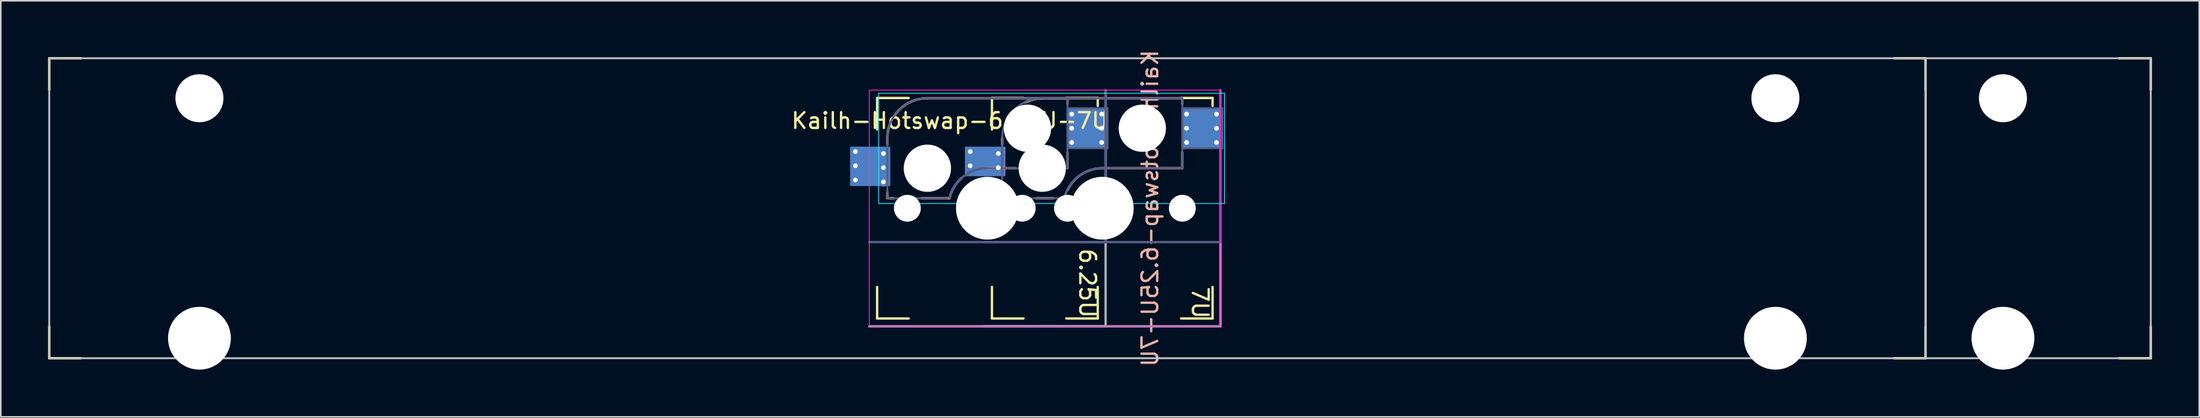
<source format=kicad_pcb>
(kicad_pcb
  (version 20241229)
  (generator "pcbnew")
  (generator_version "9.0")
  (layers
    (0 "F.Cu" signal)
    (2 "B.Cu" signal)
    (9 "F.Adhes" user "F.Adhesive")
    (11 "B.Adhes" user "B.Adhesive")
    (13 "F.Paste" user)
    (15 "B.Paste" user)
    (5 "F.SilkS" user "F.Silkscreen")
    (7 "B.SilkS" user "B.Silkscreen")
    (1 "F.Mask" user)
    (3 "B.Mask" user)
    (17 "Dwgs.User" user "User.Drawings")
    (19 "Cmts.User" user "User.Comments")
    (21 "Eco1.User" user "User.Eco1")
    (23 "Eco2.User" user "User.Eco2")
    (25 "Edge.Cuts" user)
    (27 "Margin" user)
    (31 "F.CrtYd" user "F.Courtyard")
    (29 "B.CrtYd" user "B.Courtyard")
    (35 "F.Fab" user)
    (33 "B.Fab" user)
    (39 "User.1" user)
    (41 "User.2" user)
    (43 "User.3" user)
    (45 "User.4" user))
  (footprint "Kailh-Hotswap-6.25U-7U"
    (layer "F.Cu")
    (at 59.606 10.173)
    (property "Reference" "Kailh-Hotswap-6.25U-7U" (at 10.319 0 90) (unlocked yes) (layer "B.SilkS") (effects (font (size 1 1) (thickness 0.15)) (justify mirror)))
    (attr through_hole)
    (fp_line (start -59.531 -9.525) (end -57.531 -9.525) (stroke (width 0.15) (type solid)) (layer "F.SilkS"))
    (fp_line (start -59.531 -7.525) (end -59.531 -9.525) (stroke (width 0.15) (type solid)) (layer "F.SilkS"))
    (fp_line (start -59.531 9.525) (end -59.531 7.525) (stroke (width 0.15) (type solid)) (layer "F.SilkS"))
    (fp_line (start -57.531 9.525) (end -59.531 9.525) (stroke (width 0.15) (type solid)) (layer "F.SilkS"))
    (fp_line (start -7 -7) (end -5 -7) (stroke (width 0.15) (type solid)) (layer "F.SilkS"))
    (fp_line (start -7 -5) (end -7 -7) (stroke (width 0.15) (type solid)) (layer "F.SilkS"))
    (fp_line (start -7 7) (end -7 5) (stroke (width 0.15) (type solid)) (layer "F.SilkS"))
    (fp_line (start -5 7) (end -7 7) (stroke (width 0.15) (type solid)) (layer "F.SilkS"))
    (fp_line (start 0.287 -7) (end 2.288 -7) (stroke (width 0.15) (type solid)) (layer "F.SilkS"))
    (fp_line (start 0.287 -5) (end 0.287 -7) (stroke (width 0.15) (type solid)) (layer "F.SilkS"))
    (fp_line (start 0.287 7) (end 0.287 5) (stroke (width 0.15) (type solid)) (layer "F.SilkS"))
    (fp_line (start 2.288 7) (end 0.287 7) (stroke (width 0.15) (type solid)) (layer "F.SilkS"))
    (fp_line (start 5 -7) (end 7 -7) (stroke (width 0.15) (type solid)) (layer "F.SilkS"))
    (fp_line (start 5 7) (end 7 7) (stroke (width 0.15) (type solid)) (layer "F.SilkS"))
    (fp_line (start 7 -7) (end 7 -6.5) (stroke (width 0.15) (type solid)) (layer "F.SilkS"))
    (fp_line (start 7 7) (end 7 5) (stroke (width 0.15) (type solid)) (layer "F.SilkS"))
    (fp_line (start 12.287 -7) (end 14.287 -7) (stroke (width 0.15) (type solid)) (layer "F.SilkS"))
    (fp_line (start 12.287 7) (end 14.287 7) (stroke (width 0.15) (type solid)) (layer "F.SilkS"))
    (fp_line (start 14.287 -7) (end 14.287 -6.5) (stroke (width 0.15) (type solid)) (layer "F.SilkS"))
    (fp_line (start 14.287 7) (end 14.287 5) (stroke (width 0.15) (type solid)) (layer "F.SilkS"))
    (fp_line (start 57.531 -9.525) (end 59.531 -9.525) (stroke (width 0.15) (type solid)) (layer "F.SilkS"))
    (fp_line (start 59.531 -9.525) (end 59.531 -7.525) (stroke (width 0.15) (type solid)) (layer "F.SilkS"))
    (fp_line (start 59.531 7.525) (end 59.531 9.525) (stroke (width 0.15) (type solid)) (layer "F.SilkS"))
    (fp_line (start 59.531 9.525) (end 57.531 9.525) (stroke (width 0.15) (type solid)) (layer "F.SilkS"))
    (fp_line (start 71.819 -9.525) (end 73.819 -9.525) (stroke (width 0.15) (type solid)) (layer "F.SilkS"))
    (fp_line (start 73.819 -9.525) (end 73.819 -7.525) (stroke (width 0.15) (type solid)) (layer "F.SilkS"))
    (fp_line (start 73.819 7.525) (end 73.819 9.525) (stroke (width 0.15) (type solid)) (layer "F.SilkS"))
    (fp_line (start 73.819 9.525) (end 71.819 9.525) (stroke (width 0.15) (type solid)) (layer "F.SilkS"))
    (fp_line (start -6.35 -4.445) (end -6.35 -4.064) (stroke (width 0.15) (type solid)) (layer "B.SilkS"))
    (fp_line (start -6.35 -1.016) (end -6.35 -0.635) (stroke (width 0.15) (type solid)) (layer "B.SilkS"))
    (fp_line (start -6.35 -0.635) (end -5.969 -0.635) (stroke (width 0.15) (type solid)) (layer "B.SilkS"))
    (fp_line (start -4.191 -0.635) (end -2.4 -0.635) (stroke (width 0.15) (type solid)) (layer "B.SilkS"))
    (fp_line (start 0 -2.54) (end 1.778 -2.54) (stroke (width 0.15) (type solid)) (layer "B.SilkS"))
    (fp_line (start 0.938 -4.445) (end 0.938 -4.064) (stroke (width 0.15) (type solid)) (layer "B.SilkS"))
    (fp_line (start 0.938 -1.016) (end 0.938 -0.635) (stroke (width 0.15) (type solid)) (layer "B.SilkS"))
    (fp_line (start 0.938 -0.635) (end 1.319 -0.635) (stroke (width 0.15) (type solid)) (layer "B.SilkS"))
    (fp_line (start 3.096 -0.635) (end 4.191 -0.635) (stroke (width 0.15) (type solid)) (layer "B.SilkS"))
    (fp_line (start 5.08 -6.985) (end -3.81 -6.985) (stroke (width 0.15) (type solid)) (layer "B.SilkS"))
    (fp_line (start 5.08 -6.604) (end 5.08 -6.985) (stroke (width 0.15) (type solid)) (layer "B.SilkS"))
    (fp_line (start 5.08 -2.54) (end 5.08 -3.556) (stroke (width 0.15) (type solid)) (layer "B.SilkS"))
    (fp_line (start 7.287 -2.54) (end 12.367 -2.54) (stroke (width 0.15) (type solid)) (layer "B.SilkS"))
    (fp_line (start 12.367 -6.985) (end 3.478 -6.985) (stroke (width 0.15) (type solid)) (layer "B.SilkS"))
    (fp_line (start 12.367 -6.604) (end 12.367 -6.985) (stroke (width 0.15) (type solid)) (layer "B.SilkS"))
    (fp_line (start 12.367 -2.54) (end 12.367 -3.556) (stroke (width 0.15) (type solid)) (layer "B.SilkS"))
    (fp_arc (start -6.35 -4.445) (mid -5.606052 -6.241052) (end -3.81 -6.985) (stroke (width 0.15) (type solid)) (layer "B.SilkS"))
    (fp_arc (start -2.399998 -0.666137) (mid -2.118737 -1.341939) (end -1.651 -1.905) (stroke (width 0.15) (type solid)) (layer "B.SilkS"))
    (fp_arc (start 2.413 -6.731) (mid 2.930308 -6.920621) (end 3.4775 -6.985) (stroke (width 0.15) (type solid)) (layer "B.SilkS"))
    (fp_arc (start 2.413 -6.731) (mid 2.930308 -6.920621) (end 3.4775 -6.985) (stroke (width 0.15) (type solid)) (layer "B.SilkS"))
    (fp_arc (start 5.08 -1.143) (mid 5.98197 -2.161811) (end 7.289065 -2.54) (stroke (width 0.15) (type solid)) (layer "B.SilkS"))
    (fp_line (start -59.531 -9.525) (end 73.819 -9.525) (stroke (width 0.12) (type solid)) (layer "Dwgs.User"))
    (fp_line (start -59.531 9.525) (end -59.531 -9.525) (stroke (width 0.12) (type solid)) (layer "Dwgs.User"))
    (fp_line (start 59.531 -9.525) (end 59.531 9.525) (stroke (width 0.15) (type solid)) (layer "Dwgs.User"))
    (fp_line (start 73.819 -9.525) (end 73.819 9.525) (stroke (width 0.12) (type solid)) (layer "Dwgs.User"))
    (fp_line (start 73.819 9.525) (end -59.531 9.525) (stroke (width 0.12) (type solid)) (layer "Dwgs.User"))
    (fp_line (start -6.9 -7.3) (end 15.044 -7.3) (stroke (width 0.05) (type solid)) (layer "B.CrtYd"))
    (fp_line (start -6.9 -0.3) (end -6.9 -7.3) (stroke (width 0.05) (type solid)) (layer "B.CrtYd"))
    (fp_line (start 15.044 -7.3) (end 15.044 -0.3) (stroke (width 0.05) (type solid)) (layer "B.CrtYd"))
    (fp_line (start 15.044 -0.3) (end -6.9 -0.3) (stroke (width 0.05) (type solid)) (layer "B.CrtYd"))
    (fp_line (start -7.5 -7.5) (end 14.787 -7.5) (stroke (width 0.05) (type solid)) (layer "F.CrtYd"))
    (fp_line (start -7.5 7.5) (end -7.5 -7.5) (stroke (width 0.05) (type solid)) (layer "F.CrtYd"))
    (fp_line (start -7.5 7.5) (end 14.787 7.5) (stroke (width 0.05) (type solid)) (layer "F.CrtYd"))
    (fp_line (start 14.787 -7.5) (end 14.787 7.5) (stroke (width 0.05) (type solid)) (layer "F.CrtYd"))
    (fp_line (start -7.5 2.15) (end 7.5 2.15) (stroke (width 0.15) (type solid)) (layer "B.Fab"))
    (fp_line (start -6.35 -0.635) (end -6.35 -4.445) (stroke (width 0.12) (type solid)) (layer "B.Fab"))
    (fp_line (start -3.81 -6.985) (end 5.08 -6.985) (stroke (width 0.12) (type solid)) (layer "B.Fab"))
    (fp_line (start -2.54 -0.635) (end -6.35 -0.635) (stroke (width 0.12) (type solid)) (layer "B.Fab"))
    (fp_line (start -0.212 2.15) (end 14.787 2.15) (stroke (width 0.15) (type solid)) (layer "B.Fab"))
    (fp_line (start 0.938 -0.635) (end 0.938 -4.445) (stroke (width 0.12) (type solid)) (layer "B.Fab"))
    (fp_line (start 3.478 -6.985) (end 12.367 -6.985) (stroke (width 0.12) (type solid)) (layer "B.Fab"))
    (fp_line (start 4.747 -0.635) (end 0.938 -0.635) (stroke (width 0.12) (type solid)) (layer "B.Fab"))
    (fp_line (start 5.08 -6.985) (end 5.08 -2.54) (stroke (width 0.12) (type solid)) (layer "B.Fab"))
    (fp_line (start 5.08 -6.35) (end 7.62 -6.35) (stroke (width 0.12) (type solid)) (layer "B.Fab"))
    (fp_line (start 5.08 -2.54) (end 0 -2.54) (stroke (width 0.12) (type solid)) (layer "B.Fab"))
    (fp_line (start 7.5 2.15) (end 7.5 -7.5) (stroke (width 0.15) (type solid)) (layer "B.Fab"))
    (fp_line (start 7.62 -6.35) (end 7.62 -3.81) (stroke (width 0.12) (type solid)) (layer "B.Fab"))
    (fp_line (start 7.62 -3.81) (end 5.08 -3.81) (stroke (width 0.12) (type solid)) (layer "B.Fab"))
    (fp_line (start 12.367 -6.985) (end 12.367 -2.54) (stroke (width 0.12) (type solid)) (layer "B.Fab"))
    (fp_line (start 12.367 -6.35) (end 14.908 -6.35) (stroke (width 0.12) (type solid)) (layer "B.Fab"))
    (fp_line (start 12.367 -2.54) (end 7.287 -2.54) (stroke (width 0.12) (type solid)) (layer "B.Fab"))
    (fp_line (start 14.787 2.15) (end 14.787 -7.5) (stroke (width 0.15) (type solid)) (layer "B.Fab"))
    (fp_line (start 14.908 -6.35) (end 14.908 -3.81) (stroke (width 0.12) (type solid)) (layer "B.Fab"))
    (fp_line (start 14.908 -3.81) (end 12.367 -3.81) (stroke (width 0.12) (type solid)) (layer "B.Fab"))
    (fp_arc (start -6.35 -4.445) (mid -5.606052 -6.241052) (end -3.81 -6.985) (stroke (width 0.12) (type solid)) (layer "B.Fab"))
    (fp_arc (start -2.401563 -0.666137) (mid -1.523393 -2.016531) (end 0 -2.54) (stroke (width 0.15) (type solid)) (layer "B.Fab"))
    (fp_arc (start 0.9375 -4.445) (mid 1.681449 -6.241051) (end 3.4775 -6.985) (stroke (width 0.12) (type solid)) (layer "B.Fab"))
    (fp_arc (start 4.885937 -0.666137) (mid 5.764119 -2.016497) (end 7.2875 -2.54) (stroke (width 0.15) (type solid)) (layer "B.Fab"))
    (fp_line (start -7.5 7.5) (end 7.5 7.5) (stroke (width 0.15) (type solid)) (layer "F.Fab"))
    (fp_line (start -0.212 7.5) (end 14.787 7.5) (stroke (width 0.15) (type solid)) (layer "F.Fab"))
    (fp_line (start 7.5 7.5) (end 7.5 -7.5) (stroke (width 0.15) (type solid)) (layer "F.Fab"))
    (fp_line (start 14.787 7.5) (end 14.787 -7.5) (stroke (width 0.15) (type solid)) (layer "F.Fab"))
    (fp_text user "6.25U" (at 6.35 4.763 270) (unlocked yes) (layer "F.SilkS") (effects (font (size 1 1) (thickness 0.15))))
    (fp_text user "7U" (at 13.494 6 270) (unlocked yes) (layer "F.SilkS") (effects (font (size 1 1) (thickness 0.15))))
    (fp_text user "${REFERENCE}" (at -2.381 -5.556 180) (layer "F.SilkS") (effects (font (size 1 1) (thickness 0.15))))
    (pad "" np_thru_hole circle (at -50 -6.985) (size 3.048 3.048) (drill 3.048) (layers "*.Cu" "*.Mask"))
    (pad "" np_thru_hole circle (at -50 8.255) (size 3.988 3.988) (drill 3.988) (layers "*.Cu" "*.Mask"))
    (pad "" np_thru_hole circle (at -5.08 0 180) (size 1.702 1.702) (drill 1.702) (layers "*.Cu" "*.Mask"))
    (pad "" np_thru_hole circle (at -3.81 -2.54 180) (size 3 3) (drill 3) (layers "*.Cu" "*.Mask"))
    (pad "" np_thru_hole circle (at 0 0 90) (size 3.988 3.988) (drill 3.988) (layers "*.Cu" "*.Mask"))
    (pad "" np_thru_hole circle (at 2.208 0 180) (size 1.702 1.702) (drill 1.702) (layers "*.Cu" "*.Mask"))
    (pad "" np_thru_hole circle (at 2.54 -5.08 180) (size 3 3) (drill 3) (layers "*.Cu" "*.Mask"))
    (pad "" np_thru_hole circle (at 3.478 -2.54 180) (size 3 3) (drill 3) (layers "*.Cu" "*.Mask"))
    (pad "" np_thru_hole circle (at 5.08 0 180) (size 1.702 1.702) (drill 1.702) (layers "*.Cu" "*.Mask"))
    (pad "" np_thru_hole circle (at 7.287 0) (size 3.988 3.988) (drill 3.988) (layers "*.Cu" "*.Mask"))
    (pad "" np_thru_hole circle (at 9.828 -5.08 180) (size 3 3) (drill 3) (layers "*.Cu" "*.Mask"))
    (pad "" np_thru_hole circle (at 12.367 0 180) (size 1.702 1.702) (drill 1.702) (layers "*.Cu" "*.Mask"))
    (pad "" np_thru_hole circle (at 50 -6.985) (size 3.048 3.048) (drill 3.048) (layers "*.Cu" "*.Mask"))
    (pad "" np_thru_hole circle (at 50 8.255) (size 3.988 3.988) (drill 3.988) (layers "*.Cu" "*.Mask"))
    (pad "" np_thru_hole circle (at 64.438 -6.985) (size 3.048 3.048) (drill 3.048) (layers "*.Cu" "*.Mask"))
    (pad "" np_thru_hole circle (at 64.438 8.255) (size 3.988 3.988) (drill 3.988) (layers "*.Cu" "*.Mask"))
    (pad "1" thru_hole circle (at 5.35 -5.975 180) (size 0.6 0.6) (drill 0.3) (layers "*.Cu" "B.Mask"))
    (pad "1" thru_hole circle (at 5.35 -5.075 180) (size 0.6 0.6) (drill 0.3) (layers "*.Cu" "B.Mask"))
    (pad "1" thru_hole circle (at 5.35 -4.175 180) (size 0.6 0.6) (drill 0.3) (layers "*.Cu" "B.Mask"))
    (pad "1" smd rect (at 6.29 -5.08 180) (size 2.55 2.5) (layers "B.Cu" "B.Mask" "B.Paste"))
    (pad "1" thru_hole circle (at 7.25 -5.975 180) (size 0.6 0.6) (drill 0.3) (layers "*.Cu" "B.Mask"))
    (pad "1" thru_hole circle (at 7.25 -5.075 180) (size 0.6 0.6) (drill 0.3) (layers "*.Cu" "B.Mask"))
    (pad "1" thru_hole circle (at 7.25 -4.175 180) (size 0.6 0.6) (drill 0.3) (layers "*.Cu" "B.Mask"))
    (pad "1" thru_hole circle (at 12.637 -5.975 180) (size 0.6 0.6) (drill 0.3) (layers "*.Cu" "B.Mask"))
    (pad "1" thru_hole circle (at 12.637 -5.075 180) (size 0.6 0.6) (drill 0.3) (layers "*.Cu" "B.Mask"))
    (pad "1" thru_hole circle (at 12.637 -4.175 180) (size 0.6 0.6) (drill 0.3) (layers "*.Cu" "B.Mask"))
    (pad "1" smd rect (at 13.578 -5.08 180) (size 2.55 2.5) (layers "B.Cu" "B.Mask" "B.Paste"))
    (pad "1" thru_hole circle (at 14.537 -5.975 180) (size 0.6 0.6) (drill 0.3) (layers "*.Cu" "B.Mask"))
    (pad "1" thru_hole circle (at 14.537 -5.075 180) (size 0.6 0.6) (drill 0.3) (layers "*.Cu" "B.Mask"))
    (pad "1" thru_hole circle (at 14.537 -4.175 180) (size 0.6 0.6) (drill 0.3) (layers "*.Cu" "B.Mask"))
    (pad "2" thru_hole circle (at -8.38 -3.595 180) (size 0.6 0.6) (drill 0.3) (layers "*.Cu" "B.Mask"))
    (pad "2" thru_hole circle (at -8.38 -2.695 180) (size 0.6 0.6) (drill 0.3) (layers "*.Cu" "B.Mask"))
    (pad "2" thru_hole circle (at -8.38 -1.795 180) (size 0.6 0.6) (drill 0.3) (layers "*.Cu" "B.Mask"))
    (pad "2" smd rect (at -7.44 -2.66 180) (size 2.55 2.5) (layers "B.Cu" "B.Mask" "B.Paste"))
    (pad "2" thru_hole circle (at -6.6 -3.475 180) (size 0.6 0.6) (drill 0.3) (layers "*.Cu" "B.Mask"))
    (pad "2" thru_hole circle (at -6.6 -2.575 180) (size 0.6 0.6) (drill 0.3) (layers "*.Cu" "B.Mask"))
    (pad "2" thru_hole circle (at -6.6 -1.675 180) (size 0.6 0.6) (drill 0.3) (layers "*.Cu" "B.Mask"))
    (pad "2" thru_hole circle (at -1.093 -3.595 180) (size 0.6 0.6) (drill 0.3) (layers "*.Cu" "B.Mask"))
    (pad "2" thru_hole circle (at -1.093 -2.695 180) (size 0.6 0.6) (drill 0.3) (layers "*.Cu" "B.Mask"))
    (pad "2" smd rect (at -0.142 -2.971 180) (size 2.571 1.878) (layers "B.Cu" "B.Mask" "B.Paste"))
    (pad "2" thru_hole circle (at 0.688 -3.475 180) (size 0.6 0.6) (drill 0.3) (layers "*.Cu" "B.Mask"))
    (pad "2" thru_hole circle (at 0.688 -2.575 180) (size 0.6 0.6) (drill 0.3) (layers "*.Cu" "B.Mask")))
  (gr_rect
    (start -3 -3)
    (end 136.5 23.422)
    (stroke (width 0.1) (type default))
    (fill no)
    (layer "Edge.Cuts")))
</source>
